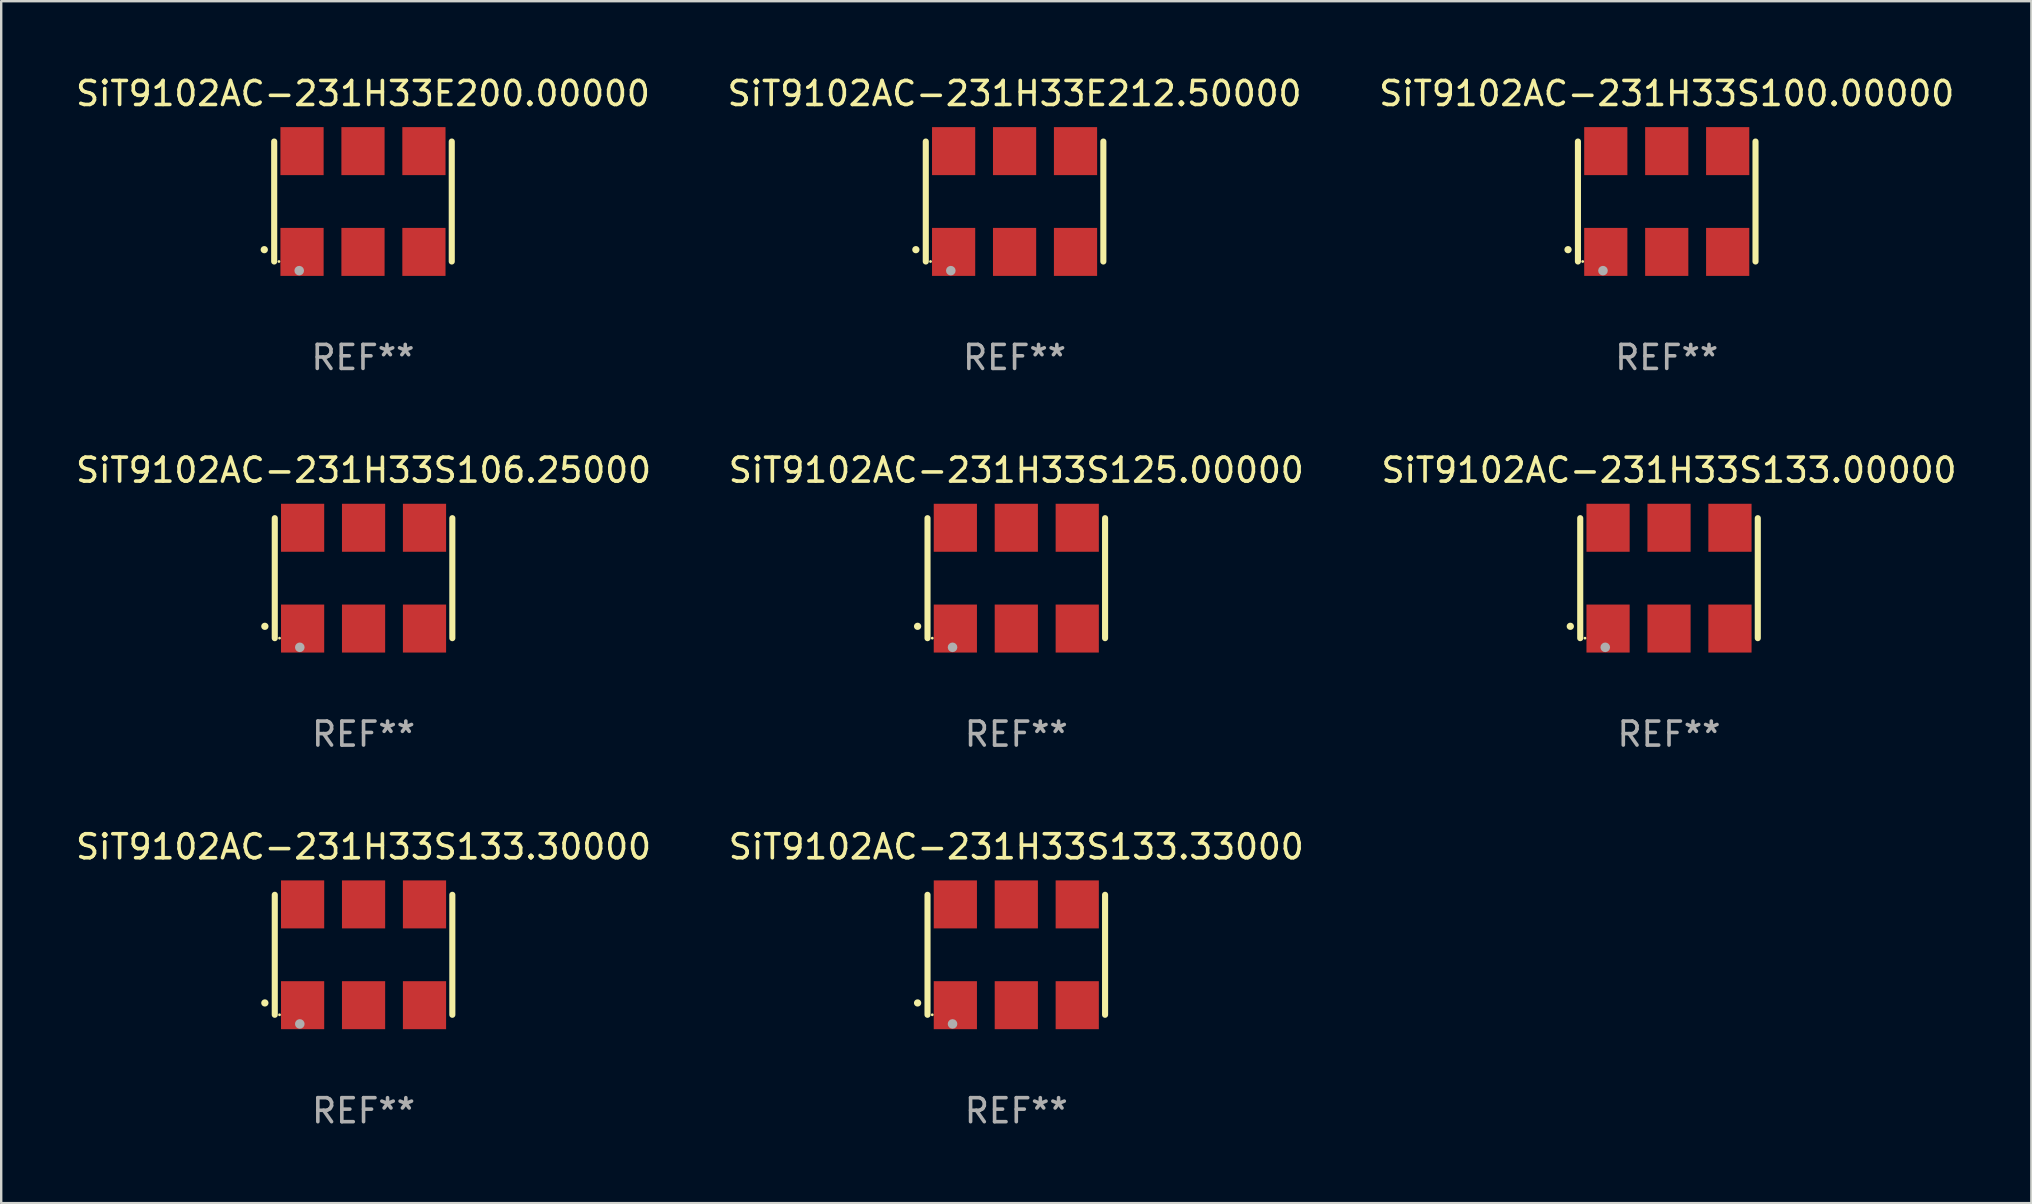
<source format=kicad_pcb>
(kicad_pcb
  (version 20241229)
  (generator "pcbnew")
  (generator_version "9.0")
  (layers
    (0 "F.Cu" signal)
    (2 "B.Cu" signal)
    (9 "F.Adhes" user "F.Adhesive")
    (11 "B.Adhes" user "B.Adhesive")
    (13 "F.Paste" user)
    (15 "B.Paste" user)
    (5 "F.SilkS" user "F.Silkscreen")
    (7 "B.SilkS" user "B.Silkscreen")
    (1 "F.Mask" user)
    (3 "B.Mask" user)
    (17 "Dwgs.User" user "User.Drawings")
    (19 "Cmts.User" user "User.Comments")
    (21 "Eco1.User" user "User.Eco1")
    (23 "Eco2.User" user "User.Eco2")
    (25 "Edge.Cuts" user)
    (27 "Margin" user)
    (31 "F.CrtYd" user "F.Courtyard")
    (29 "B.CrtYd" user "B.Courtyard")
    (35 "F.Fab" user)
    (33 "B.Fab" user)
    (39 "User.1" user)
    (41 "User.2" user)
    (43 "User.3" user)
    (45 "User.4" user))
  (footprint "SiT9102AC-231H33S106.25000"
    (layer "F.Cu")
    (at 12.101 21.045)
    (property "Reference" "SiT9102AC-231H33S106.25000" (at 0 -4.5 0) (layer "F.SilkS") (effects (font (size 1 1) (thickness 0.15))))
    (attr through_hole)
    (fp_line (start -3.7 -2.5) (end -3.7 2.5) (stroke (width 0.254) (type solid)) (layer "F.SilkS"))
    (fp_line (start 3.7 -2.5) (end 3.7 2.5) (stroke (width 0.254) (type solid)) (layer "F.SilkS"))
    (fp_arc (start -4.114415 2.006604) (mid -4.113145 2.006599) (end -4.111875 2.006604) (stroke (width 0.3) (type solid)) (layer "F.SilkS"))
    (fp_circle (center -3.502 2.5) (end -3.472 2.5) (stroke (width 0.06) (type solid)) (fill no) (layer "F.SilkS"))
    (fp_circle (center -2.657 2.882) (end -2.557 2.882) (stroke (width 0.2) (type solid)) (fill no) (layer "F.Fab"))
    (fp_text user "REF**" (at 0 6.5 0) (layer "F.Fab") (effects (font (size 1 1) (thickness 0.15))))
    (pad "1" smd rect (at -2.54 2.1) (size 1.8 2) (layers "F.Cu" "F.Mask" "F.Paste"))
    (pad "2" smd rect (at 0.000394 2.1) (size 1.8 2) (layers "F.Cu" "F.Mask" "F.Paste"))
    (pad "3" smd rect (at 2.54 2.1) (size 1.8 2) (layers "F.Cu" "F.Mask" "F.Paste"))
    (pad "4" smd rect (at 2.54 -2.1) (size 1.8 2) (layers "F.Cu" "F.Mask" "F.Paste"))
    (pad "5" smd rect (at 0.000394 -2.1) (size 1.8 2) (layers "F.Cu" "F.Mask" "F.Paste"))
    (pad "6" smd rect (at -2.54 -2.1) (size 1.8 2) (layers "F.Cu" "F.Mask" "F.Paste")))
  (footprint "SiT9102AC-231H33S133.33000"
    (layer "F.Cu")
    (at 39.304 36.741)
    (property "Reference" "SiT9102AC-231H33S133.33000" (at 0 -4.5 0) (layer "F.SilkS") (effects (font (size 1 1) (thickness 0.15))))
    (attr through_hole)
    (fp_line (start -3.7 -2.5) (end -3.7 2.5) (stroke (width 0.254) (type solid)) (layer "F.SilkS"))
    (fp_line (start 3.7 -2.5) (end 3.7 2.5) (stroke (width 0.254) (type solid)) (layer "F.SilkS"))
    (fp_arc (start -4.114415 2.006604) (mid -4.113145 2.006599) (end -4.111875 2.006604) (stroke (width 0.3) (type solid)) (layer "F.SilkS"))
    (fp_circle (center -3.502 2.5) (end -3.472 2.5) (stroke (width 0.06) (type solid)) (fill no) (layer "F.SilkS"))
    (fp_circle (center -2.657 2.882) (end -2.557 2.882) (stroke (width 0.2) (type solid)) (fill no) (layer "F.Fab"))
    (fp_text user "REF**" (at 0 6.5 0) (layer "F.Fab") (effects (font (size 1 1) (thickness 0.15))))
    (pad "1" smd rect (at -2.54 2.1) (size 1.8 2) (layers "F.Cu" "F.Mask" "F.Paste"))
    (pad "2" smd rect (at 0.000394 2.1) (size 1.8 2) (layers "F.Cu" "F.Mask" "F.Paste"))
    (pad "3" smd rect (at 2.54 2.1) (size 1.8 2) (layers "F.Cu" "F.Mask" "F.Paste"))
    (pad "4" smd rect (at 2.54 -2.1) (size 1.8 2) (layers "F.Cu" "F.Mask" "F.Paste"))
    (pad "5" smd rect (at 0.000394 -2.1) (size 1.8 2) (layers "F.Cu" "F.Mask" "F.Paste"))
    (pad "6" smd rect (at -2.54 -2.1) (size 1.8 2) (layers "F.Cu" "F.Mask" "F.Paste")))
  (footprint "SiT9102AC-231H33S133.30000"
    (layer "F.Cu")
    (at 12.101 36.741)
    (property "Reference" "SiT9102AC-231H33S133.30000" (at 0 -4.5 0) (layer "F.SilkS") (effects (font (size 1 1) (thickness 0.15))))
    (attr through_hole)
    (fp_line (start -3.7 -2.5) (end -3.7 2.5) (stroke (width 0.254) (type solid)) (layer "F.SilkS"))
    (fp_line (start 3.7 -2.5) (end 3.7 2.5) (stroke (width 0.254) (type solid)) (layer "F.SilkS"))
    (fp_arc (start -4.114415 2.006604) (mid -4.113145 2.006599) (end -4.111875 2.006604) (stroke (width 0.3) (type solid)) (layer "F.SilkS"))
    (fp_circle (center -3.502 2.5) (end -3.472 2.5) (stroke (width 0.06) (type solid)) (fill no) (layer "F.SilkS"))
    (fp_circle (center -2.657 2.882) (end -2.557 2.882) (stroke (width 0.2) (type solid)) (fill no) (layer "F.Fab"))
    (fp_text user "REF**" (at 0 6.5 0) (layer "F.Fab") (effects (font (size 1 1) (thickness 0.15))))
    (pad "1" smd rect (at -2.54 2.1) (size 1.8 2) (layers "F.Cu" "F.Mask" "F.Paste"))
    (pad "2" smd rect (at 0.000394 2.1) (size 1.8 2) (layers "F.Cu" "F.Mask" "F.Paste"))
    (pad "3" smd rect (at 2.54 2.1) (size 1.8 2) (layers "F.Cu" "F.Mask" "F.Paste"))
    (pad "4" smd rect (at 2.54 -2.1) (size 1.8 2) (layers "F.Cu" "F.Mask" "F.Paste"))
    (pad "5" smd rect (at 0.000394 -2.1) (size 1.8 2) (layers "F.Cu" "F.Mask" "F.Paste"))
    (pad "6" smd rect (at -2.54 -2.1) (size 1.8 2) (layers "F.Cu" "F.Mask" "F.Paste")))
  (footprint "SiT9102AC-231H33S133.00000"
    (layer "F.Cu")
    (at 66.506 21.045)
    (property "Reference" "SiT9102AC-231H33S133.00000" (at 0 -4.5 0) (layer "F.SilkS") (effects (font (size 1 1) (thickness 0.15))))
    (attr through_hole)
    (fp_line (start -3.7 -2.5) (end -3.7 2.5) (stroke (width 0.254) (type solid)) (layer "F.SilkS"))
    (fp_line (start 3.7 -2.5) (end 3.7 2.5) (stroke (width 0.254) (type solid)) (layer "F.SilkS"))
    (fp_arc (start -4.114415 2.006604) (mid -4.113145 2.006599) (end -4.111875 2.006604) (stroke (width 0.3) (type solid)) (layer "F.SilkS"))
    (fp_circle (center -3.502 2.5) (end -3.472 2.5) (stroke (width 0.06) (type solid)) (fill no) (layer "F.SilkS"))
    (fp_circle (center -2.657 2.882) (end -2.557 2.882) (stroke (width 0.2) (type solid)) (fill no) (layer "F.Fab"))
    (fp_text user "REF**" (at 0 6.5 0) (layer "F.Fab") (effects (font (size 1 1) (thickness 0.15))))
    (pad "1" smd rect (at -2.54 2.1) (size 1.8 2) (layers "F.Cu" "F.Mask" "F.Paste"))
    (pad "2" smd rect (at 0.000394 2.1) (size 1.8 2) (layers "F.Cu" "F.Mask" "F.Paste"))
    (pad "3" smd rect (at 2.54 2.1) (size 1.8 2) (layers "F.Cu" "F.Mask" "F.Paste"))
    (pad "4" smd rect (at 2.54 -2.1) (size 1.8 2) (layers "F.Cu" "F.Mask" "F.Paste"))
    (pad "5" smd rect (at 0.000394 -2.1) (size 1.8 2) (layers "F.Cu" "F.Mask" "F.Paste"))
    (pad "6" smd rect (at -2.54 -2.1) (size 1.8 2) (layers "F.Cu" "F.Mask" "F.Paste")))
  (footprint "SiT9102AC-231H33S100.00000"
    (layer "F.Cu")
    (at 66.411 5.348)
    (property "Reference" "SiT9102AC-231H33S100.00000" (at 0 -4.5 0) (layer "F.SilkS") (effects (font (size 1 1) (thickness 0.15))))
    (attr through_hole)
    (fp_line (start -3.7 -2.5) (end -3.7 2.5) (stroke (width 0.254) (type solid)) (layer "F.SilkS"))
    (fp_line (start 3.7 -2.5) (end 3.7 2.5) (stroke (width 0.254) (type solid)) (layer "F.SilkS"))
    (fp_arc (start -4.114415 2.006604) (mid -4.113145 2.006599) (end -4.111875 2.006604) (stroke (width 0.3) (type solid)) (layer "F.SilkS"))
    (fp_circle (center -3.502 2.5) (end -3.472 2.5) (stroke (width 0.06) (type solid)) (fill no) (layer "F.SilkS"))
    (fp_circle (center -2.657 2.882) (end -2.557 2.882) (stroke (width 0.2) (type solid)) (fill no) (layer "F.Fab"))
    (fp_text user "REF**" (at 0 6.5 0) (layer "F.Fab") (effects (font (size 1 1) (thickness 0.15))))
    (pad "1" smd rect (at -2.54 2.1) (size 1.8 2) (layers "F.Cu" "F.Mask" "F.Paste"))
    (pad "2" smd rect (at 0.000394 2.1) (size 1.8 2) (layers "F.Cu" "F.Mask" "F.Paste"))
    (pad "3" smd rect (at 2.54 2.1) (size 1.8 2) (layers "F.Cu" "F.Mask" "F.Paste"))
    (pad "4" smd rect (at 2.54 -2.1) (size 1.8 2) (layers "F.Cu" "F.Mask" "F.Paste"))
    (pad "5" smd rect (at 0.000394 -2.1) (size 1.8 2) (layers "F.Cu" "F.Mask" "F.Paste"))
    (pad "6" smd rect (at -2.54 -2.1) (size 1.8 2) (layers "F.Cu" "F.Mask" "F.Paste")))
  (footprint "SiT9102AC-231H33E212.50000"
    (layer "F.Cu")
    (at 39.232 5.348)
    (property "Reference" "SiT9102AC-231H33E212.50000" (at 0 -4.5 0) (layer "F.SilkS") (effects (font (size 1 1) (thickness 0.15))))
    (attr through_hole)
    (fp_line (start -3.7 -2.5) (end -3.7 2.5) (stroke (width 0.254) (type solid)) (layer "F.SilkS"))
    (fp_line (start 3.7 -2.5) (end 3.7 2.5) (stroke (width 0.254) (type solid)) (layer "F.SilkS"))
    (fp_arc (start -4.114415 2.006604) (mid -4.113145 2.006599) (end -4.111875 2.006604) (stroke (width 0.3) (type solid)) (layer "F.SilkS"))
    (fp_circle (center -3.502 2.5) (end -3.472 2.5) (stroke (width 0.06) (type solid)) (fill no) (layer "F.SilkS"))
    (fp_circle (center -2.657 2.882) (end -2.557 2.882) (stroke (width 0.2) (type solid)) (fill no) (layer "F.Fab"))
    (fp_text user "REF**" (at 0 6.5 0) (layer "F.Fab") (effects (font (size 1 1) (thickness 0.15))))
    (pad "1" smd rect (at -2.54 2.1) (size 1.8 2) (layers "F.Cu" "F.Mask" "F.Paste"))
    (pad "2" smd rect (at 0.000394 2.1) (size 1.8 2) (layers "F.Cu" "F.Mask" "F.Paste"))
    (pad "3" smd rect (at 2.54 2.1) (size 1.8 2) (layers "F.Cu" "F.Mask" "F.Paste"))
    (pad "4" smd rect (at 2.54 -2.1) (size 1.8 2) (layers "F.Cu" "F.Mask" "F.Paste"))
    (pad "5" smd rect (at 0.000394 -2.1) (size 1.8 2) (layers "F.Cu" "F.Mask" "F.Paste"))
    (pad "6" smd rect (at -2.54 -2.1) (size 1.8 2) (layers "F.Cu" "F.Mask" "F.Paste")))
  (footprint "SiT9102AC-231H33S125.00000"
    (layer "F.Cu")
    (at 39.304 21.045)
    (property "Reference" "SiT9102AC-231H33S125.00000" (at 0 -4.5 0) (layer "F.SilkS") (effects (font (size 1 1) (thickness 0.15))))
    (attr through_hole)
    (fp_line (start -3.7 -2.5) (end -3.7 2.5) (stroke (width 0.254) (type solid)) (layer "F.SilkS"))
    (fp_line (start 3.7 -2.5) (end 3.7 2.5) (stroke (width 0.254) (type solid)) (layer "F.SilkS"))
    (fp_arc (start -4.114415 2.006604) (mid -4.113145 2.006599) (end -4.111875 2.006604) (stroke (width 0.3) (type solid)) (layer "F.SilkS"))
    (fp_circle (center -3.502 2.5) (end -3.472 2.5) (stroke (width 0.06) (type solid)) (fill no) (layer "F.SilkS"))
    (fp_circle (center -2.657 2.882) (end -2.557 2.882) (stroke (width 0.2) (type solid)) (fill no) (layer "F.Fab"))
    (fp_text user "REF**" (at 0 6.5 0) (layer "F.Fab") (effects (font (size 1 1) (thickness 0.15))))
    (pad "1" smd rect (at -2.54 2.1) (size 1.8 2) (layers "F.Cu" "F.Mask" "F.Paste"))
    (pad "2" smd rect (at 0.000394 2.1) (size 1.8 2) (layers "F.Cu" "F.Mask" "F.Paste"))
    (pad "3" smd rect (at 2.54 2.1) (size 1.8 2) (layers "F.Cu" "F.Mask" "F.Paste"))
    (pad "4" smd rect (at 2.54 -2.1) (size 1.8 2) (layers "F.Cu" "F.Mask" "F.Paste"))
    (pad "5" smd rect (at 0.000394 -2.1) (size 1.8 2) (layers "F.Cu" "F.Mask" "F.Paste"))
    (pad "6" smd rect (at -2.54 -2.1) (size 1.8 2) (layers "F.Cu" "F.Mask" "F.Paste")))
  (footprint "SiT9102AC-231H33E200.00000"
    (layer "F.Cu")
    (at 12.077 5.348)
    (property "Reference" "SiT9102AC-231H33E200.00000" (at 0 -4.5 0) (layer "F.SilkS") (effects (font (size 1 1) (thickness 0.15))))
    (attr through_hole)
    (fp_line (start -3.7 -2.5) (end -3.7 2.5) (stroke (width 0.254) (type solid)) (layer "F.SilkS"))
    (fp_line (start 3.7 -2.5) (end 3.7 2.5) (stroke (width 0.254) (type solid)) (layer "F.SilkS"))
    (fp_arc (start -4.114415 2.006604) (mid -4.113145 2.006599) (end -4.111875 2.006604) (stroke (width 0.3) (type solid)) (layer "F.SilkS"))
    (fp_circle (center -3.502 2.5) (end -3.472 2.5) (stroke (width 0.06) (type solid)) (fill no) (layer "F.SilkS"))
    (fp_circle (center -2.657 2.882) (end -2.557 2.882) (stroke (width 0.2) (type solid)) (fill no) (layer "F.Fab"))
    (fp_text user "REF**" (at 0 6.5 0) (layer "F.Fab") (effects (font (size 1 1) (thickness 0.15))))
    (pad "1" smd rect (at -2.54 2.1) (size 1.8 2) (layers "F.Cu" "F.Mask" "F.Paste"))
    (pad "2" smd rect (at 0.000394 2.1) (size 1.8 2) (layers "F.Cu" "F.Mask" "F.Paste"))
    (pad "3" smd rect (at 2.54 2.1) (size 1.8 2) (layers "F.Cu" "F.Mask" "F.Paste"))
    (pad "4" smd rect (at 2.54 -2.1) (size 1.8 2) (layers "F.Cu" "F.Mask" "F.Paste"))
    (pad "5" smd rect (at 0.000394 -2.1) (size 1.8 2) (layers "F.Cu" "F.Mask" "F.Paste"))
    (pad "6" smd rect (at -2.54 -2.1) (size 1.8 2) (layers "F.Cu" "F.Mask" "F.Paste")))
  (gr_rect
    (start -3 -3)
    (end 81.607 47.09)
    (stroke (width 0.1) (type default))
    (fill no)
    (layer "Edge.Cuts")))
</source>
